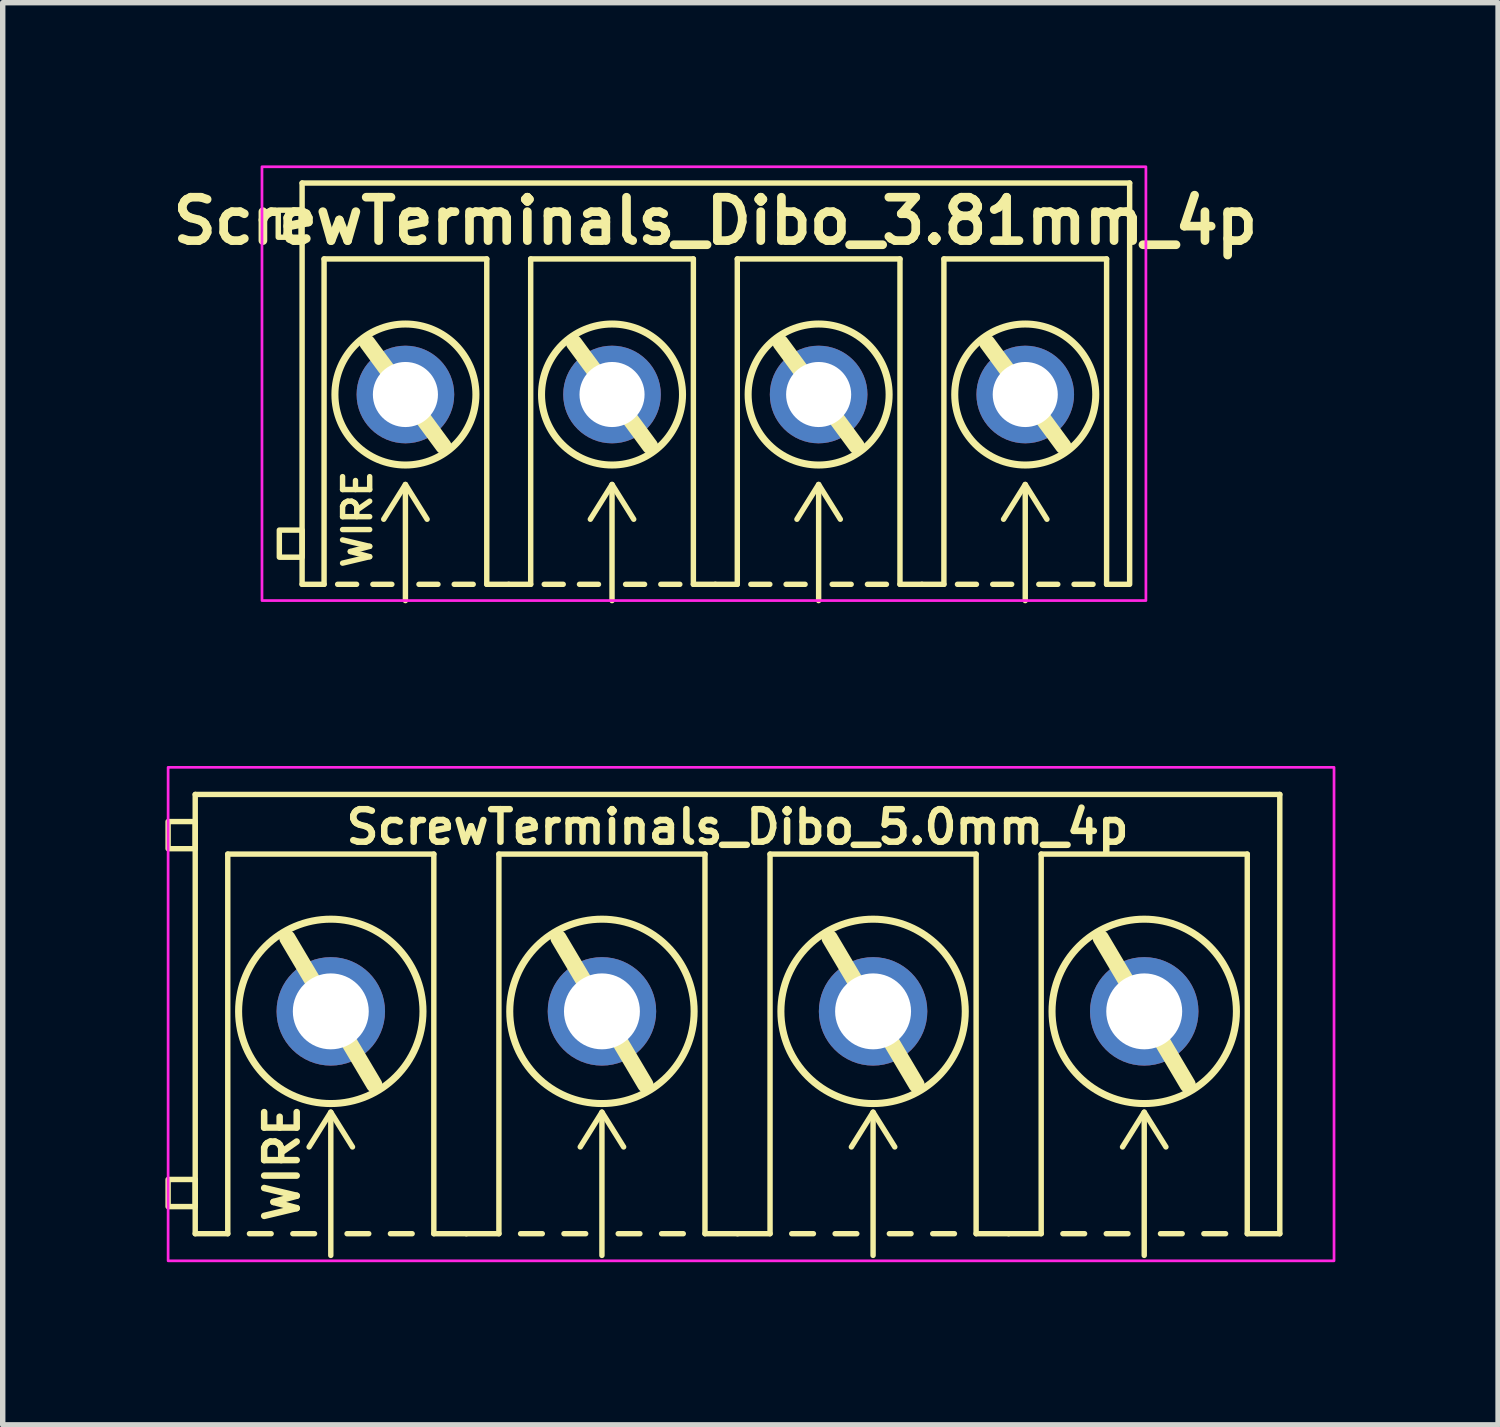
<source format=kicad_pcb>
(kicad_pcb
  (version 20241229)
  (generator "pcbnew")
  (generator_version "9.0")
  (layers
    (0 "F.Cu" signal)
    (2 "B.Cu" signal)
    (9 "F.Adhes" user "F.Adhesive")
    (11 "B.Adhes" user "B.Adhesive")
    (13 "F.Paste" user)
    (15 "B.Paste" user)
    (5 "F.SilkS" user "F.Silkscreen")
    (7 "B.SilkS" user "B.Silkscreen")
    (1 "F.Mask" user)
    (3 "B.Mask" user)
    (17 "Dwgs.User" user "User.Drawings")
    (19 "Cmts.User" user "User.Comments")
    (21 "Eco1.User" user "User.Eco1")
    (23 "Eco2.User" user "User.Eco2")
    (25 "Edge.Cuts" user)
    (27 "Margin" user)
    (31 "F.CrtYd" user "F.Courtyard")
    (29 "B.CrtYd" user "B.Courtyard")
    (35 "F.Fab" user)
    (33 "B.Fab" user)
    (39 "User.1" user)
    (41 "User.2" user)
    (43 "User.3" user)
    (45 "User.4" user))
  (footprint "ScrewTerminals_Dibo_3.81mm_4p"
    (layer "F.Cu")
    (at 10.136 4.225)
    (property "Reference" "ScrewTerminals_Dibo_3.81mm_4p" (at 0.005 -3.2 0) (unlocked yes) (layer "F.SilkS") (effects (font (size 0.8 0.8) (thickness 0.16) (bold yes))))
    (attr through_hole)
    (fp_line (start -7.615 -3.9) (end 7.645 -3.9) (stroke (width 0.1) (type default)) (layer "F.SilkS"))
    (fp_line (start -7.615 3.5) (end -7.615 -3.9) (stroke (width 0.1) (type default)) (layer "F.SilkS"))
    (fp_line (start -7.615 3.5) (end -7.21 3.5) (stroke (width 0.1) (type default)) (layer "F.SilkS"))
    (fp_line (start -7.21 -2.5) (end -4.21 -2.5) (stroke (width 0.1) (type solid)) (layer "F.SilkS"))
    (fp_line (start -7.21 3.5) (end -7.21 -2.5) (stroke (width 0.1) (type solid)) (layer "F.SilkS"))
    (fp_line (start -6.61 3.5) (end -6.96 3.5) (stroke (width 0.1) (type default)) (layer "F.SilkS"))
    (fp_line (start -6.41 -0.95) (end -5.01 0.95) (stroke (width 0.3) (type default)) (layer "F.SilkS"))
    (fp_line (start -5.96 3.5) (end -6.31 3.5) (stroke (width 0.1) (type default)) (layer "F.SilkS"))
    (fp_line (start -5.71 1.659) (end -6.11 2.3) (stroke (width 0.1) (type default)) (layer "F.SilkS"))
    (fp_line (start -5.71 1.659) (end -5.31 2.3) (stroke (width 0.1) (type default)) (layer "F.SilkS"))
    (fp_line (start -5.71 3.8) (end -5.71 1.679) (stroke (width 0.1) (type default)) (layer "F.SilkS"))
    (fp_line (start -5.46 3.5) (end -5.11 3.5) (stroke (width 0.1) (type default)) (layer "F.SilkS"))
    (fp_line (start -4.81 3.5) (end -4.46 3.5) (stroke (width 0.1) (type default)) (layer "F.SilkS"))
    (fp_line (start -4.21 -2.5) (end -4.21 3.5) (stroke (width 0.1) (type solid)) (layer "F.SilkS"))
    (fp_line (start -4.21 3.5) (end -3.805 3.5) (stroke (width 0.1) (type default)) (layer "F.SilkS"))
    (fp_line (start -3.805 3.5) (end -3.4 3.5) (stroke (width 0.1) (type default)) (layer "F.SilkS"))
    (fp_line (start -3.4 -2.5) (end -0.4 -2.5) (stroke (width 0.1) (type solid)) (layer "F.SilkS"))
    (fp_line (start -3.4 3.5) (end -3.4 -2.5) (stroke (width 0.1) (type solid)) (layer "F.SilkS"))
    (fp_line (start -2.8 3.5) (end -3.15 3.5) (stroke (width 0.1) (type default)) (layer "F.SilkS"))
    (fp_line (start -2.6 -0.95) (end -1.2 0.95) (stroke (width 0.3) (type default)) (layer "F.SilkS"))
    (fp_line (start -2.15 3.5) (end -2.5 3.5) (stroke (width 0.1) (type default)) (layer "F.SilkS"))
    (fp_line (start -1.9 1.659) (end -2.3 2.3) (stroke (width 0.1) (type default)) (layer "F.SilkS"))
    (fp_line (start -1.9 1.659) (end -1.5 2.3) (stroke (width 0.1) (type default)) (layer "F.SilkS"))
    (fp_line (start -1.9 3.8) (end -1.9 1.679) (stroke (width 0.1) (type default)) (layer "F.SilkS"))
    (fp_line (start -1.65 3.5) (end -1.3 3.5) (stroke (width 0.1) (type default)) (layer "F.SilkS"))
    (fp_line (start -1 3.5) (end -0.65 3.5) (stroke (width 0.1) (type default)) (layer "F.SilkS"))
    (fp_line (start -0.4 -2.5) (end -0.4 3.5) (stroke (width 0.1) (type solid)) (layer "F.SilkS"))
    (fp_line (start -0.4 3.5) (end 0.005 3.5) (stroke (width 0.1) (type default)) (layer "F.SilkS"))
    (fp_line (start 0.005 3.5) (end 0.41 3.5) (stroke (width 0.1) (type default)) (layer "F.SilkS"))
    (fp_line (start 0.41 -2.5) (end 3.41 -2.5) (stroke (width 0.1) (type solid)) (layer "F.SilkS"))
    (fp_line (start 0.41 3.5) (end 0.41 -2.5) (stroke (width 0.1) (type solid)) (layer "F.SilkS"))
    (fp_line (start 1.01 3.5) (end 0.66 3.5) (stroke (width 0.1) (type default)) (layer "F.SilkS"))
    (fp_line (start 1.21 -0.95) (end 2.61 0.95) (stroke (width 0.3) (type default)) (layer "F.SilkS"))
    (fp_line (start 1.66 3.5) (end 1.31 3.5) (stroke (width 0.1) (type default)) (layer "F.SilkS"))
    (fp_line (start 1.91 1.659) (end 1.51 2.3) (stroke (width 0.1) (type default)) (layer "F.SilkS"))
    (fp_line (start 1.91 1.659) (end 2.31 2.3) (stroke (width 0.1) (type default)) (layer "F.SilkS"))
    (fp_line (start 1.91 3.8) (end 1.91 1.679) (stroke (width 0.1) (type default)) (layer "F.SilkS"))
    (fp_line (start 2.16 3.5) (end 2.51 3.5) (stroke (width 0.1) (type default)) (layer "F.SilkS"))
    (fp_line (start 2.81 3.5) (end 3.16 3.5) (stroke (width 0.1) (type default)) (layer "F.SilkS"))
    (fp_line (start 3.41 -2.5) (end 3.41 3.5) (stroke (width 0.1) (type solid)) (layer "F.SilkS"))
    (fp_line (start 3.41 3.5) (end 3.815 3.5) (stroke (width 0.1) (type default)) (layer "F.SilkS"))
    (fp_line (start 3.815 3.5) (end 4.22 3.5) (stroke (width 0.1) (type default)) (layer "F.SilkS"))
    (fp_line (start 4.22 -2.5) (end 7.22 -2.5) (stroke (width 0.1) (type solid)) (layer "F.SilkS"))
    (fp_line (start 4.22 3.5) (end 4.22 -2.5) (stroke (width 0.1) (type solid)) (layer "F.SilkS"))
    (fp_line (start 4.82 3.5) (end 4.47 3.5) (stroke (width 0.1) (type default)) (layer "F.SilkS"))
    (fp_line (start 5.02 -0.95) (end 6.42 0.95) (stroke (width 0.3) (type default)) (layer "F.SilkS"))
    (fp_line (start 5.47 3.5) (end 5.12 3.5) (stroke (width 0.1) (type default)) (layer "F.SilkS"))
    (fp_line (start 5.72 1.659) (end 5.32 2.3) (stroke (width 0.1) (type default)) (layer "F.SilkS"))
    (fp_line (start 5.72 1.659) (end 6.12 2.3) (stroke (width 0.1) (type default)) (layer "F.SilkS"))
    (fp_line (start 5.72 3.8) (end 5.72 1.679) (stroke (width 0.1) (type default)) (layer "F.SilkS"))
    (fp_line (start 5.97 3.5) (end 6.32 3.5) (stroke (width 0.1) (type default)) (layer "F.SilkS"))
    (fp_line (start 6.62 3.5) (end 6.97 3.5) (stroke (width 0.1) (type default)) (layer "F.SilkS"))
    (fp_line (start 7.22 -2.5) (end 7.22 3.5) (stroke (width 0.1) (type solid)) (layer "F.SilkS"))
    (fp_line (start 7.22 3.5) (end 7.625 3.5) (stroke (width 0.1) (type default)) (layer "F.SilkS"))
    (fp_line (start 7.645 3.5) (end 7.645 -3.9) (stroke (width 0.1) (type default)) (layer "F.SilkS"))
    (fp_rect (start -8.055 -2.9) (end -7.635 -3.4) (stroke (width 0.1) (type default)) (fill no) (layer "F.SilkS"))
    (fp_rect (start -8.035 3) (end -7.615 2.5) (stroke (width 0.1) (type default)) (fill no) (layer "F.SilkS"))
    (fp_circle (center -5.71 0) (end -4.41 0) (stroke (width 0.13) (type default)) (fill no) (layer "F.SilkS"))
    (fp_circle (center -1.9 0) (end -0.6 0) (stroke (width 0.13) (type default)) (fill no) (layer "F.SilkS"))
    (fp_circle (center 1.91 0) (end 3.21 0) (stroke (width 0.13) (type default)) (fill no) (layer "F.SilkS"))
    (fp_circle (center 5.72 0) (end 7.02 0) (stroke (width 0.13) (type default)) (fill no) (layer "F.SilkS"))
    (fp_rect (start -8.355 -4.2) (end 7.945 3.8) (stroke (width 0.05) (type default)) (fill no) (layer "F.CrtYd"))
    (fp_text user "WIRE" (at -6.595 2.3 90) (unlocked yes) (layer "F.SilkS") (effects (font (size 0.5 0.5) (thickness 0.1) (bold yes))))
    (pad "1" thru_hole circle (at -5.71 0) (size 1.8 1.8) (drill 1.2) (layers "*.Cu" "*.Mask"))
    (pad "2" thru_hole circle (at -1.9 0 180) (size 1.8 1.8) (drill 1.2) (layers "*.Cu" "*.Mask"))
    (pad "3" thru_hole circle (at 1.91 0 180) (size 1.8 1.8) (drill 1.2) (layers "*.Cu" "*.Mask"))
    (pad "4" thru_hole circle (at 5.72 0 180) (size 1.8 1.8) (drill 1.2) (layers "*.Cu" "*.Mask")))
  (footprint "ScrewTerminals_Dibo_5.0mm_4p"
    (layer "F.Cu")
    (at 10.55 15.6)
    (property "Reference" "ScrewTerminals_Dibo_5.0mm_4p" (at 0 -3.4 0) (unlocked yes) (layer "F.SilkS") (effects (font (size 0.6 0.6) (thickness 0.12) (bold yes))))
    (attr through_hole)
    (fp_line (start -10 -4) (end 10 -4) (stroke (width 0.1) (type default)) (layer "F.SilkS"))
    (fp_line (start -10 4.1) (end -10 -4) (stroke (width 0.1) (type default)) (layer "F.SilkS"))
    (fp_line (start -10 4.1) (end -9.4 4.1) (stroke (width 0.1) (type default)) (layer "F.SilkS"))
    (fp_line (start -9.4 -2.9) (end -5.6 -2.9) (stroke (width 0.1) (type solid)) (layer "F.SilkS"))
    (fp_line (start -9.4 4.1) (end -9.4 -2.9) (stroke (width 0.1) (type solid)) (layer "F.SilkS"))
    (fp_line (start -8.6 4.1) (end -9 4.1) (stroke (width 0.1) (type default)) (layer "F.SilkS"))
    (fp_line (start -8.3 -1.35) (end -6.7 1.35) (stroke (width 0.3) (type default)) (layer "F.SilkS"))
    (fp_line (start -7.8 4.1) (end -8.2 4.1) (stroke (width 0.1) (type default)) (layer "F.SilkS"))
    (fp_line (start -7.5 1.859) (end -7.9 2.5) (stroke (width 0.1) (type default)) (layer "F.SilkS"))
    (fp_line (start -7.5 1.859) (end -7.1 2.5) (stroke (width 0.1) (type default)) (layer "F.SilkS"))
    (fp_line (start -7.5 4.5) (end -7.5 1.879) (stroke (width 0.1) (type default)) (layer "F.SilkS"))
    (fp_line (start -7.2 4.1) (end -6.8 4.1) (stroke (width 0.1) (type default)) (layer "F.SilkS"))
    (fp_line (start -6.4 4.1) (end -6 4.1) (stroke (width 0.1) (type default)) (layer "F.SilkS"))
    (fp_line (start -5.6 -2.9) (end -5.6 4.1) (stroke (width 0.1) (type solid)) (layer "F.SilkS"))
    (fp_line (start -5.6 4.1) (end -5 4.1) (stroke (width 0.1) (type default)) (layer "F.SilkS"))
    (fp_line (start -5 4.1) (end -4.4 4.1) (stroke (width 0.1) (type default)) (layer "F.SilkS"))
    (fp_line (start -4.4 -2.9) (end -0.6 -2.9) (stroke (width 0.1) (type solid)) (layer "F.SilkS"))
    (fp_line (start -4.4 4.1) (end -4.4 -2.9) (stroke (width 0.1) (type solid)) (layer "F.SilkS"))
    (fp_line (start -3.6 4.1) (end -4 4.1) (stroke (width 0.1) (type default)) (layer "F.SilkS"))
    (fp_line (start -3.3 -1.35) (end -1.7 1.35) (stroke (width 0.3) (type default)) (layer "F.SilkS"))
    (fp_line (start -2.8 4.1) (end -3.2 4.1) (stroke (width 0.1) (type default)) (layer "F.SilkS"))
    (fp_line (start -2.5 1.859) (end -2.9 2.5) (stroke (width 0.1) (type default)) (layer "F.SilkS"))
    (fp_line (start -2.5 1.859) (end -2.1 2.5) (stroke (width 0.1) (type default)) (layer "F.SilkS"))
    (fp_line (start -2.5 4.5) (end -2.5 1.879) (stroke (width 0.1) (type default)) (layer "F.SilkS"))
    (fp_line (start -2.2 4.1) (end -1.8 4.1) (stroke (width 0.1) (type default)) (layer "F.SilkS"))
    (fp_line (start -1.4 4.1) (end -1 4.1) (stroke (width 0.1) (type default)) (layer "F.SilkS"))
    (fp_line (start -0.6 -2.9) (end -0.6 4.1) (stroke (width 0.1) (type solid)) (layer "F.SilkS"))
    (fp_line (start -0.6 4.1) (end 0 4.1) (stroke (width 0.1) (type default)) (layer "F.SilkS"))
    (fp_line (start 0 4.1) (end 0.6 4.1) (stroke (width 0.1) (type default)) (layer "F.SilkS"))
    (fp_line (start 0.6 -2.9) (end 4.4 -2.9) (stroke (width 0.1) (type solid)) (layer "F.SilkS"))
    (fp_line (start 0.6 4.1) (end 0.6 -2.9) (stroke (width 0.1) (type solid)) (layer "F.SilkS"))
    (fp_line (start 1.4 4.1) (end 1 4.1) (stroke (width 0.1) (type default)) (layer "F.SilkS"))
    (fp_line (start 1.7 -1.35) (end 3.3 1.35) (stroke (width 0.3) (type default)) (layer "F.SilkS"))
    (fp_line (start 2.2 4.1) (end 1.8 4.1) (stroke (width 0.1) (type default)) (layer "F.SilkS"))
    (fp_line (start 2.5 1.859) (end 2.1 2.5) (stroke (width 0.1) (type default)) (layer "F.SilkS"))
    (fp_line (start 2.5 1.859) (end 2.9 2.5) (stroke (width 0.1) (type default)) (layer "F.SilkS"))
    (fp_line (start 2.5 4.5) (end 2.5 1.879) (stroke (width 0.1) (type default)) (layer "F.SilkS"))
    (fp_line (start 2.8 4.1) (end 3.2 4.1) (stroke (width 0.1) (type default)) (layer "F.SilkS"))
    (fp_line (start 3.6 4.1) (end 4 4.1) (stroke (width 0.1) (type default)) (layer "F.SilkS"))
    (fp_line (start 4.4 -2.9) (end 4.4 4.1) (stroke (width 0.1) (type solid)) (layer "F.SilkS"))
    (fp_line (start 4.4 4.1) (end 5 4.1) (stroke (width 0.1) (type default)) (layer "F.SilkS"))
    (fp_line (start 5 4.1) (end 5.6 4.1) (stroke (width 0.1) (type default)) (layer "F.SilkS"))
    (fp_line (start 5.6 -2.9) (end 9.4 -2.9) (stroke (width 0.1) (type solid)) (layer "F.SilkS"))
    (fp_line (start 5.6 4.1) (end 5.6 -2.9) (stroke (width 0.1) (type solid)) (layer "F.SilkS"))
    (fp_line (start 6.4 4.1) (end 6 4.1) (stroke (width 0.1) (type default)) (layer "F.SilkS"))
    (fp_line (start 6.7 -1.35) (end 8.3 1.35) (stroke (width 0.3) (type default)) (layer "F.SilkS"))
    (fp_line (start 7.2 4.1) (end 6.8 4.1) (stroke (width 0.1) (type default)) (layer "F.SilkS"))
    (fp_line (start 7.5 1.859) (end 7.1 2.5) (stroke (width 0.1) (type default)) (layer "F.SilkS"))
    (fp_line (start 7.5 1.859) (end 7.9 2.5) (stroke (width 0.1) (type default)) (layer "F.SilkS"))
    (fp_line (start 7.5 4.5) (end 7.5 1.879) (stroke (width 0.1) (type default)) (layer "F.SilkS"))
    (fp_line (start 7.8 4.1) (end 8.2 4.1) (stroke (width 0.1) (type default)) (layer "F.SilkS"))
    (fp_line (start 8.6 4.1) (end 9 4.1) (stroke (width 0.1) (type default)) (layer "F.SilkS"))
    (fp_line (start 9.4 -2.9) (end 9.4 4.1) (stroke (width 0.1) (type solid)) (layer "F.SilkS"))
    (fp_line (start 9.4 4.1) (end 10 4.1) (stroke (width 0.1) (type default)) (layer "F.SilkS"))
    (fp_line (start 10 4.1) (end 10 -4) (stroke (width 0.1) (type default)) (layer "F.SilkS"))
    (fp_rect (start -10 -3) (end -10.5 -3.5) (stroke (width 0.1) (type default)) (fill no) (layer "F.SilkS"))
    (fp_rect (start -10 3.6) (end -10.5 3.1) (stroke (width 0.1) (type default)) (fill no) (layer "F.SilkS"))
    (fp_circle (center -7.5 0) (end -5.8 0) (stroke (width 0.13) (type default)) (fill no) (layer "F.SilkS"))
    (fp_circle (center -2.5 0) (end -0.8 0) (stroke (width 0.13) (type default)) (fill no) (layer "F.SilkS"))
    (fp_circle (center 2.5 0) (end 4.2 0) (stroke (width 0.13) (type default)) (fill no) (layer "F.SilkS"))
    (fp_circle (center 7.5 0) (end 9.2 0) (stroke (width 0.13) (type default)) (fill no) (layer "F.SilkS"))
    (fp_rect (start 11 4.6) (end -10.5 -4.5) (stroke (width 0.05) (type default)) (fill no) (layer "F.CrtYd"))
    (fp_text user "WIRE" (at -8.4 2.8 90) (unlocked yes) (layer "F.SilkS") (effects (font (size 0.6 0.6) (thickness 0.12) (bold yes))))
    (pad "1" thru_hole circle (at -7.5 0 180) (size 2 2) (drill 1.4) (layers "*.Cu" "*.Mask"))
    (pad "2" thru_hole circle (at -2.5 0 180) (size 2 2) (drill 1.4) (layers "*.Cu" "*.Mask"))
    (pad "3" thru_hole circle (at 2.5 0 180) (size 2 2) (drill 1.4) (layers "*.Cu" "*.Mask"))
    (pad "4" thru_hole circle (at 7.5 0 180) (size 2 2) (drill 1.4) (layers "*.Cu" "*.Mask")))
  (gr_rect
    (start -3 -3)
    (end 24.575 23.225)
    (stroke (width 0.1) (type default))
    (fill no)
    (layer "Edge.Cuts")))
</source>
